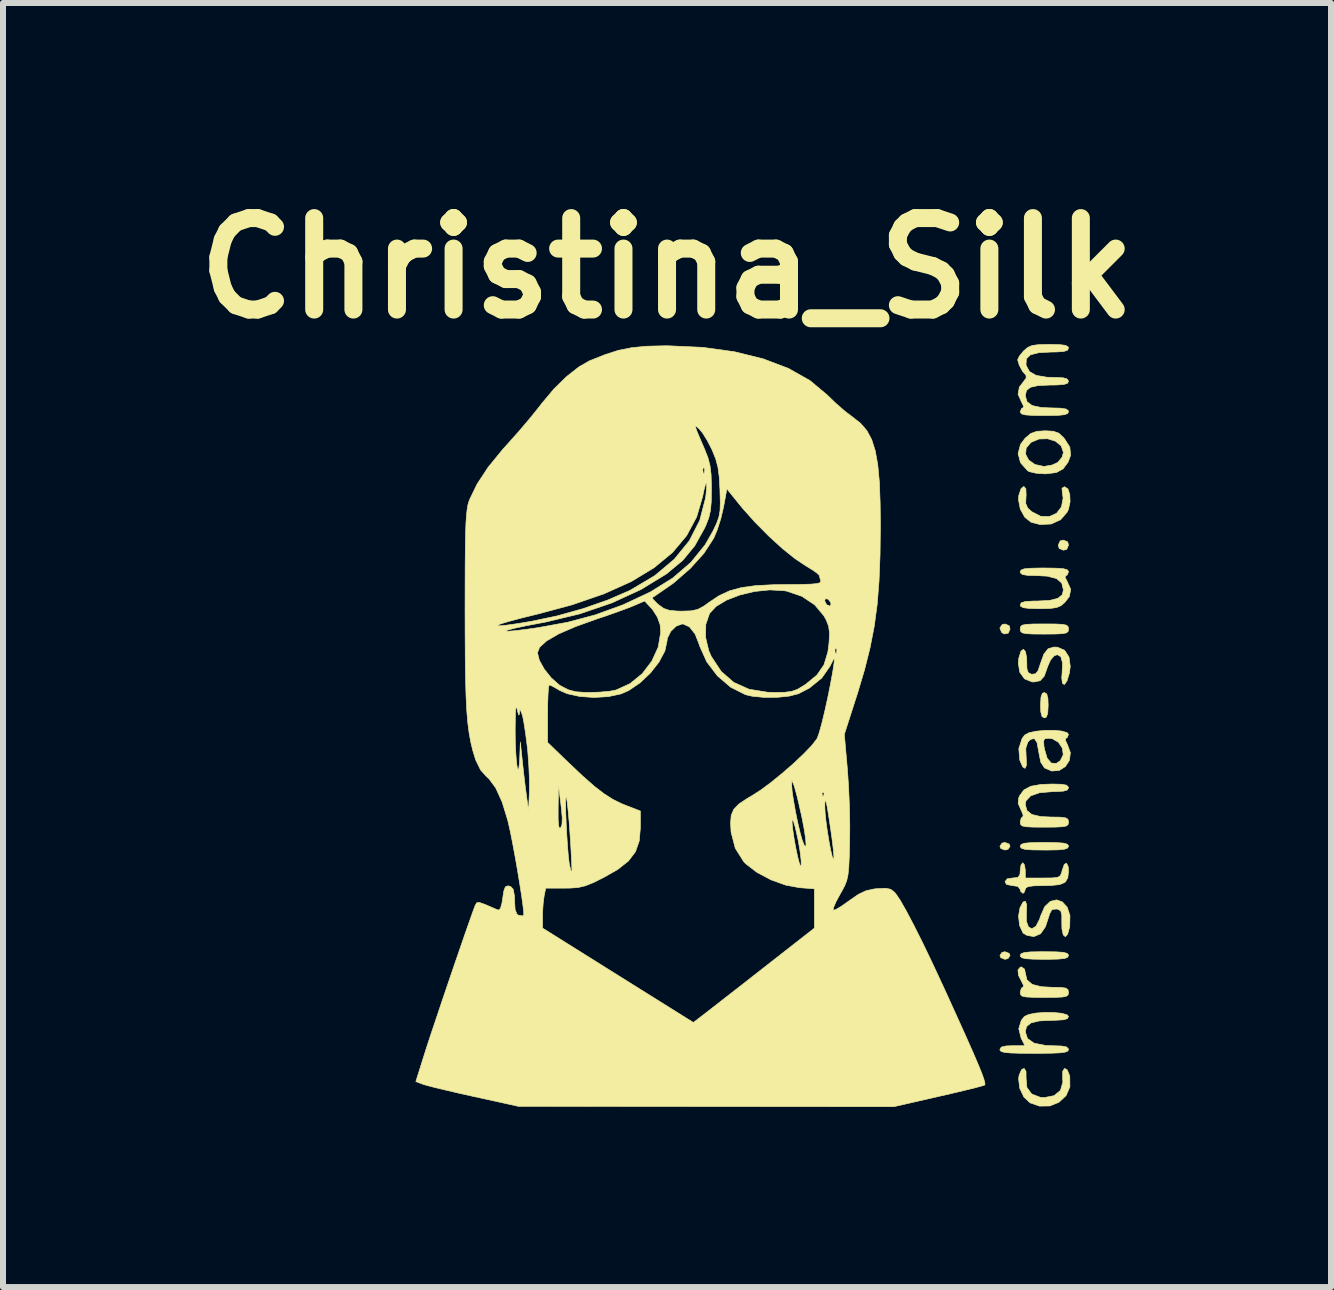
<source format=kicad_pcb>
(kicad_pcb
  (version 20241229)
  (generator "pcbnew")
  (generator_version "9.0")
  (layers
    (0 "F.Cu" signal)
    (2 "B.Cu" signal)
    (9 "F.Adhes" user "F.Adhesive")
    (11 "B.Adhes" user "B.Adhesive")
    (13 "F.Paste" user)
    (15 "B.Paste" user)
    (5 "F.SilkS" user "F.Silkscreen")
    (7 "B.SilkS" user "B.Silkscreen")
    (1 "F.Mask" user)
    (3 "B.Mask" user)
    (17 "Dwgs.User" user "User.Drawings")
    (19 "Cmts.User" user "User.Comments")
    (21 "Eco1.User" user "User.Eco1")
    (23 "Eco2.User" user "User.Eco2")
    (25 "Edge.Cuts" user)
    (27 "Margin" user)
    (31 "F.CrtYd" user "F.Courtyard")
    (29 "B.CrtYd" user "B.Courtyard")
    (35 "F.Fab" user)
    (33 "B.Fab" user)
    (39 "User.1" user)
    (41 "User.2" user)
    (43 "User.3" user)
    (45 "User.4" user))
  (footprint "Christina_Silk"
    (layer "F.Cu")
    (at 9.333 9.038)
    (property "Reference" "Christina_Silk" (at -1.27 -7.62 0) (layer "F.SilkS") (effects (font (size 1.524 1.524) (thickness 0.3))))
    (attr through_hole)
    (fp_poly (pts (xy 4.429 1.974) (xy 4.445 2.011) (xy 4.41 2.063) (xy 4.36 2.074) (xy 4.291 2.048) (xy 4.276 2.011) (xy 4.311 1.959) (xy 4.36 1.947) (xy 4.429 1.974)) (stroke (width 0.01) (type solid)) (fill yes) (layer "F.SilkS"))
    (fp_poly (pts (xy 4.429 3.794) (xy 4.445 3.831) (xy 4.41 3.883) (xy 4.36 3.895) (xy 4.291 3.868) (xy 4.276 3.831) (xy 4.311 3.779) (xy 4.36 3.768) (xy 4.429 3.794)) (stroke (width 0.01) (type solid)) (fill yes) (layer "F.SilkS"))
    (fp_poly (pts (xy 4.431 -1.663) (xy 4.445 -1.609) (xy 4.415 -1.539) (xy 4.347 -1.526) (xy 4.304 -1.552) (xy 4.275 -1.624) (xy 4.312 -1.681) (xy 4.36 -1.693) (xy 4.431 -1.663)) (stroke (width 0.01) (type solid)) (fill yes) (layer "F.SilkS"))
    (fp_poly (pts (xy 5.405 -3.06) (xy 5.419 -3.006) (xy 5.389 -2.935) (xy 5.334 -2.921) (xy 5.263 -2.951) (xy 5.249 -3.006) (xy 5.279 -3.076) (xy 5.334 -3.09) (xy 5.405 -3.06)) (stroke (width 0.01) (type solid)) (fill yes) (layer "F.SilkS"))
    (fp_poly (pts (xy 5.056 -0.528) (xy 5.076 -0.449) (xy 5.08 -0.339) (xy 5.073 -0.206) (xy 5.05 -0.141) (xy 5.016 -0.127) (xy 4.977 -0.15) (xy 4.957 -0.228) (xy 4.953 -0.339) (xy 4.96 -0.472) (xy 4.983 -0.537) (xy 5.016 -0.55) (xy 5.056 -0.528)) (stroke (width 0.01) (type solid)) (fill yes) (layer "F.SilkS"))
    (fp_poly (pts (xy 5.203 -1.692) (xy 5.321 -1.686) (xy 5.386 -1.672) (xy 5.413 -1.646) (xy 5.419 -1.609) (xy 5.413 -1.569) (xy 5.384 -1.544) (xy 5.317 -1.531) (xy 5.196 -1.525) (xy 5.016 -1.524) (xy 4.83 -1.525) (xy 4.712 -1.531) (xy 4.647 -1.545) (xy 4.62 -1.571) (xy 4.614 -1.609) (xy 4.62 -1.648) (xy 4.649 -1.673) (xy 4.716 -1.686) (xy 4.837 -1.692) (xy 5.016 -1.693) (xy 5.203 -1.692)) (stroke (width 0.01) (type solid)) (fill yes) (layer "F.SilkS"))
    (fp_poly (pts (xy 5.208 1.95) (xy 5.33 1.958) (xy 5.395 1.975) (xy 5.418 2.002) (xy 5.419 2.011) (xy 5.404 2.041) (xy 5.352 2.06) (xy 5.247 2.071) (xy 5.075 2.074) (xy 5.016 2.074) (xy 4.825 2.072) (xy 4.703 2.064) (xy 4.638 2.047) (xy 4.615 2.02) (xy 4.614 2.011) (xy 4.629 1.981) (xy 4.681 1.961) (xy 4.786 1.951) (xy 4.958 1.947) (xy 5.016 1.947) (xy 5.208 1.95)) (stroke (width 0.01) (type solid)) (fill yes) (layer "F.SilkS"))
    (fp_poly (pts (xy 5.208 3.77) (xy 5.33 3.778) (xy 5.395 3.795) (xy 5.418 3.822) (xy 5.419 3.831) (xy 5.404 3.861) (xy 5.352 3.881) (xy 5.247 3.891) (xy 5.075 3.895) (xy 5.016 3.895) (xy 4.825 3.892) (xy 4.703 3.884) (xy 4.638 3.867) (xy 4.615 3.84) (xy 4.614 3.831) (xy 4.629 3.801) (xy 4.681 3.782) (xy 4.786 3.771) (xy 4.958 3.768) (xy 5.016 3.768) (xy 5.208 3.77)) (stroke (width 0.01) (type solid)) (fill yes) (layer "F.SilkS"))
    (fp_poly (pts (xy 5.399 5.738) (xy 5.44 5.842) (xy 5.44 5.845) (xy 5.442 6.019) (xy 5.377 6.167) (xy 5.26 6.276) (xy 5.107 6.338) (xy 4.934 6.34) (xy 4.777 6.285) (xy 4.674 6.187) (xy 4.606 6.042) (xy 4.587 5.884) (xy 4.596 5.825) (xy 4.637 5.731) (xy 4.68 5.712) (xy 4.711 5.762) (xy 4.712 5.874) (xy 4.725 6.029) (xy 4.805 6.138) (xy 4.947 6.193) (xy 5.016 6.198) (xy 5.179 6.166) (xy 5.285 6.078) (xy 5.325 5.94) (xy 5.321 5.874) (xy 5.322 5.759) (xy 5.354 5.712) (xy 5.399 5.738)) (stroke (width 0.01) (type solid)) (fill yes) (layer "F.SilkS"))
    (fp_poly (pts (xy 4.687 4.058) (xy 4.699 4.121) (xy 4.726 4.236) (xy 4.813 4.312) (xy 4.966 4.351) (xy 5.136 4.36) (xy 5.288 4.363) (xy 5.373 4.374) (xy 5.41 4.4) (xy 5.419 4.445) (xy 5.419 4.445) (xy 5.413 4.484) (xy 5.384 4.509) (xy 5.317 4.523) (xy 5.196 4.529) (xy 5.016 4.53) (xy 4.83 4.528) (xy 4.712 4.522) (xy 4.647 4.508) (xy 4.62 4.483) (xy 4.614 4.445) (xy 4.633 4.376) (xy 4.659 4.36) (xy 4.671 4.332) (xy 4.638 4.266) (xy 4.584 4.159) (xy 4.577 4.07) (xy 4.617 4.024) (xy 4.636 4.022) (xy 4.687 4.058)) (stroke (width 0.01) (type solid)) (fill yes) (layer "F.SilkS"))
    (fp_poly (pts (xy 4.709 -3.944) (xy 4.713 -3.831) (xy 4.711 -3.817) (xy 4.706 -3.7) (xy 4.74 -3.623) (xy 4.806 -3.563) (xy 4.955 -3.487) (xy 5.099 -3.482) (xy 5.22 -3.537) (xy 5.302 -3.644) (xy 5.329 -3.79) (xy 5.317 -3.873) (xy 5.31 -3.955) (xy 5.352 -3.979) (xy 5.409 -3.943) (xy 5.44 -3.85) (xy 5.445 -3.729) (xy 5.418 -3.603) (xy 5.399 -3.559) (xy 5.288 -3.43) (xy 5.13 -3.358) (xy 4.945 -3.349) (xy 4.796 -3.387) (xy 4.69 -3.471) (xy 4.615 -3.607) (xy 4.585 -3.764) (xy 4.591 -3.836) (xy 4.629 -3.949) (xy 4.675 -3.984) (xy 4.709 -3.944)) (stroke (width 0.01) (type solid)) (fill yes) (layer "F.SilkS"))
    (fp_poly (pts (xy 4.686 2.323) (xy 4.699 2.411) (xy 4.699 2.413) (xy 4.699 2.54) (xy 4.992 2.54) (xy 5.146 2.539) (xy 5.236 2.529) (xy 5.281 2.503) (xy 5.304 2.452) (xy 5.313 2.413) (xy 5.349 2.312) (xy 5.387 2.293) (xy 5.414 2.354) (xy 5.419 2.426) (xy 5.407 2.538) (xy 5.363 2.61) (xy 5.272 2.65) (xy 5.119 2.665) (xy 5.008 2.667) (xy 4.843 2.67) (xy 4.747 2.683) (xy 4.705 2.708) (xy 4.699 2.731) (xy 4.676 2.787) (xy 4.657 2.794) (xy 4.619 2.76) (xy 4.614 2.731) (xy 4.576 2.68) (xy 4.487 2.667) (xy 4.387 2.648) (xy 4.36 2.603) (xy 4.398 2.553) (xy 4.487 2.54) (xy 4.577 2.53) (xy 4.61 2.48) (xy 4.614 2.413) (xy 4.627 2.324) (xy 4.656 2.286) (xy 4.657 2.286) (xy 4.686 2.323)) (stroke (width 0.01) (type solid)) (fill yes) (layer "F.SilkS"))
    (fp_poly (pts (xy 5.318 2.939) (xy 5.398 3.028) (xy 5.443 3.166) (xy 5.439 3.348) (xy 5.438 3.353) (xy 5.405 3.475) (xy 5.366 3.518) (xy 5.331 3.487) (xy 5.309 3.386) (xy 5.307 3.291) (xy 5.307 3.16) (xy 5.291 3.092) (xy 5.252 3.063) (xy 5.219 3.056) (xy 5.144 3.066) (xy 5.103 3.137) (xy 5.097 3.162) (xy 5.034 3.354) (xy 4.953 3.469) (xy 4.85 3.513) (xy 4.83 3.514) (xy 4.725 3.495) (xy 4.662 3.457) (xy 4.604 3.333) (xy 4.586 3.176) (xy 4.61 3.037) (xy 4.66 2.942) (xy 4.7 2.926) (xy 4.722 2.984) (xy 4.718 3.101) (xy 4.717 3.26) (xy 4.752 3.356) (xy 4.81 3.385) (xy 4.877 3.343) (xy 4.938 3.224) (xy 4.952 3.177) (xy 5.022 3.018) (xy 5.116 2.929) (xy 5.22 2.904) (xy 5.318 2.939)) (stroke (width 0.01) (type solid)) (fill yes) (layer "F.SilkS"))
    (fp_poly (pts (xy 5.168 -4.903) (xy 5.257 -4.871) (xy 5.335 -4.799) (xy 5.351 -4.78) (xy 5.441 -4.638) (xy 5.454 -4.503) (xy 5.412 -4.389) (xy 5.328 -4.276) (xy 5.215 -4.215) (xy 5.048 -4.194) (xy 5.016 -4.194) (xy 4.879 -4.204) (xy 4.77 -4.229) (xy 4.738 -4.245) (xy 4.619 -4.379) (xy 4.582 -4.52) (xy 4.704 -4.52) (xy 4.756 -4.423) (xy 4.858 -4.35) (xy 5.002 -4.318) (xy 5.016 -4.318) (xy 5.144 -4.34) (xy 5.24 -4.384) (xy 5.312 -4.471) (xy 5.334 -4.551) (xy 5.297 -4.659) (xy 5.202 -4.737) (xy 5.071 -4.778) (xy 4.927 -4.774) (xy 4.794 -4.718) (xy 4.793 -4.718) (xy 4.714 -4.624) (xy 4.704 -4.52) (xy 4.582 -4.52) (xy 4.579 -4.531) (xy 4.619 -4.685) (xy 4.696 -4.787) (xy 4.79 -4.866) (xy 4.891 -4.902) (xy 5.031 -4.911) (xy 5.168 -4.903)) (stroke (width 0.01) (type solid)) (fill yes) (layer "F.SilkS"))
    (fp_poly (pts (xy 5.236 -1.305) (xy 5.354 -1.254) (xy 5.427 -1.141) (xy 5.448 -0.983) (xy 5.434 -0.876) (xy 5.393 -0.743) (xy 5.351 -0.684) (xy 5.318 -0.701) (xy 5.306 -0.793) (xy 5.312 -0.874) (xy 5.319 -1.042) (xy 5.291 -1.147) (xy 5.233 -1.181) (xy 5.178 -1.161) (xy 5.118 -1.09) (xy 5.07 -0.98) (xy 5.067 -0.97) (xy 5.015 -0.823) (xy 4.946 -0.747) (xy 4.844 -0.726) (xy 4.809 -0.728) (xy 4.686 -0.778) (xy 4.607 -0.888) (xy 4.582 -1.043) (xy 4.591 -1.125) (xy 4.626 -1.238) (xy 4.667 -1.272) (xy 4.702 -1.233) (xy 4.722 -1.124) (xy 4.723 -1.069) (xy 4.726 -0.945) (xy 4.748 -0.882) (xy 4.796 -0.857) (xy 4.809 -0.855) (xy 4.869 -0.862) (xy 4.912 -0.915) (xy 4.952 -1.034) (xy 4.952 -1.034) (xy 5.009 -1.192) (xy 5.079 -1.279) (xy 5.175 -1.308) (xy 5.236 -1.305)) (stroke (width 0.01) (type solid)) (fill yes) (layer "F.SilkS"))
    (fp_poly (pts (xy 5.208 -2.622) (xy 5.33 -2.614) (xy 5.395 -2.597) (xy 5.418 -2.57) (xy 5.419 -2.561) (xy 5.395 -2.505) (xy 5.374 -2.498) (xy 5.362 -2.469) (xy 5.395 -2.404) (xy 5.455 -2.272) (xy 5.434 -2.151) (xy 5.357 -2.051) (xy 5.293 -1.997) (xy 5.22 -1.966) (xy 5.114 -1.951) (xy 4.949 -1.947) (xy 4.934 -1.947) (xy 4.766 -1.951) (xy 4.667 -1.963) (xy 4.622 -1.986) (xy 4.614 -2.011) (xy 4.633 -2.046) (xy 4.698 -2.066) (xy 4.826 -2.074) (xy 4.892 -2.074) (xy 5.103 -2.085) (xy 5.241 -2.119) (xy 5.315 -2.18) (xy 5.334 -2.26) (xy 5.306 -2.374) (xy 5.219 -2.449) (xy 5.064 -2.489) (xy 4.897 -2.498) (xy 4.74 -2.502) (xy 4.652 -2.516) (xy 4.617 -2.545) (xy 4.614 -2.561) (xy 4.629 -2.591) (xy 4.681 -2.611) (xy 4.786 -2.621) (xy 4.958 -2.625) (xy 5.016 -2.625) (xy 5.208 -2.622)) (stroke (width 0.01) (type solid)) (fill yes) (layer "F.SilkS"))
    (fp_poly (pts (xy 5.176 4.781) (xy 5.307 4.794) (xy 5.395 4.819) (xy 5.419 4.847) (xy 5.4 4.883) (xy 5.335 4.902) (xy 5.207 4.91) (xy 5.141 4.911) (xy 4.931 4.921) (xy 4.794 4.954) (xy 4.72 5.015) (xy 4.699 5.1) (xy 4.735 5.215) (xy 4.845 5.291) (xy 5.03 5.329) (xy 5.153 5.334) (xy 5.304 5.339) (xy 5.387 5.355) (xy 5.417 5.386) (xy 5.419 5.397) (xy 5.407 5.424) (xy 5.362 5.441) (xy 5.273 5.453) (xy 5.127 5.459) (xy 4.912 5.461) (xy 4.847 5.461) (xy 4.613 5.46) (xy 4.451 5.455) (xy 4.349 5.445) (xy 4.295 5.429) (xy 4.276 5.405) (xy 4.276 5.397) (xy 4.299 5.357) (xy 4.378 5.338) (xy 4.484 5.334) (xy 4.693 5.334) (xy 4.629 5.207) (xy 4.59 5.051) (xy 4.633 4.91) (xy 4.684 4.847) (xy 4.756 4.813) (xy 4.878 4.79) (xy 5.025 4.779) (xy 5.176 4.781)) (stroke (width 0.01) (type solid)) (fill yes) (layer "F.SilkS"))
    (fp_poly (pts (xy 5.3 0.978) (xy 5.385 0.993) (xy 5.417 1.024) (xy 5.419 1.037) (xy 5.4 1.073) (xy 5.333 1.093) (xy 5.201 1.1) (xy 5.153 1.101) (xy 4.937 1.119) (xy 4.787 1.172) (xy 4.709 1.256) (xy 4.699 1.312) (xy 4.724 1.414) (xy 4.806 1.481) (xy 4.954 1.516) (xy 5.125 1.524) (xy 5.28 1.526) (xy 5.368 1.537) (xy 5.409 1.561) (xy 5.419 1.603) (xy 5.419 1.609) (xy 5.413 1.648) (xy 5.384 1.673) (xy 5.317 1.686) (xy 5.196 1.692) (xy 5.016 1.693) (xy 4.83 1.692) (xy 4.712 1.686) (xy 4.647 1.672) (xy 4.62 1.646) (xy 4.614 1.609) (xy 4.631 1.54) (xy 4.655 1.524) (xy 4.664 1.493) (xy 4.633 1.416) (xy 4.625 1.401) (xy 4.58 1.298) (xy 4.588 1.209) (xy 4.605 1.168) (xy 4.675 1.073) (xy 4.789 1.012) (xy 4.961 0.981) (xy 5.146 0.974) (xy 5.3 0.978)) (stroke (width 0.01) (type solid)) (fill yes) (layer "F.SilkS"))
    (fp_poly (pts (xy 5.308 0.092) (xy 5.395 0.118) (xy 5.419 0.148) (xy 5.395 0.204) (xy 5.375 0.212) (xy 5.365 0.241) (xy 5.398 0.313) (xy 5.4 0.316) (xy 5.45 0.451) (xy 5.434 0.579) (xy 5.367 0.683) (xy 5.264 0.748) (xy 5.14 0.758) (xy 5.019 0.706) (xy 4.957 0.611) (xy 4.922 0.438) (xy 4.921 0.43) (xy 4.894 0.282) (xy 4.874 0.252) (xy 5.004 0.252) (xy 5.009 0.336) (xy 5.018 0.392) (xy 5.063 0.544) (xy 5.131 0.625) (xy 5.215 0.631) (xy 5.283 0.584) (xy 5.331 0.486) (xy 5.316 0.376) (xy 5.25 0.278) (xy 5.148 0.219) (xy 5.091 0.212) (xy 5.028 0.218) (xy 5.004 0.252) (xy 4.874 0.252) (xy 4.849 0.216) (xy 4.786 0.231) (xy 4.741 0.276) (xy 4.707 0.379) (xy 4.714 0.533) (xy 4.719 0.659) (xy 4.695 0.713) (xy 4.656 0.689) (xy 4.611 0.586) (xy 4.606 0.569) (xy 4.591 0.384) (xy 4.645 0.218) (xy 4.688 0.159) (xy 4.76 0.12) (xy 4.881 0.094) (xy 5.028 0.08) (xy 5.178 0.079) (xy 5.308 0.092)) (stroke (width 0.01) (type solid)) (fill yes) (layer "F.SilkS"))
    (fp_poly (pts (xy 5.267 -6.347) (xy 5.366 -6.335) (xy 5.411 -6.311) (xy 5.419 -6.287) (xy 5.401 -6.252) (xy 5.337 -6.232) (xy 5.212 -6.224) (xy 5.13 -6.223) (xy 4.92 -6.212) (xy 4.785 -6.176) (xy 4.717 -6.112) (xy 4.711 -6.015) (xy 4.715 -5.995) (xy 4.769 -5.897) (xy 4.879 -5.834) (xy 5.054 -5.804) (xy 5.189 -5.8) (xy 5.328 -5.794) (xy 5.399 -5.773) (xy 5.419 -5.736) (xy 5.402 -5.702) (xy 5.341 -5.683) (xy 5.22 -5.674) (xy 5.11 -5.673) (xy 4.912 -5.664) (xy 4.786 -5.636) (xy 4.719 -5.583) (xy 4.699 -5.499) (xy 4.699 -5.498) (xy 4.726 -5.397) (xy 4.812 -5.332) (xy 4.964 -5.299) (xy 5.125 -5.292) (xy 5.285 -5.288) (xy 5.377 -5.274) (xy 5.415 -5.247) (xy 5.419 -5.228) (xy 5.404 -5.198) (xy 5.352 -5.179) (xy 5.247 -5.168) (xy 5.075 -5.165) (xy 5.016 -5.165) (xy 4.825 -5.167) (xy 4.703 -5.175) (xy 4.638 -5.192) (xy 4.615 -5.219) (xy 4.614 -5.228) (xy 4.638 -5.284) (xy 4.659 -5.292) (xy 4.671 -5.32) (xy 4.638 -5.386) (xy 4.578 -5.519) (xy 4.6 -5.64) (xy 4.662 -5.72) (xy 4.714 -5.791) (xy 4.71 -5.836) (xy 4.71 -5.836) (xy 4.653 -5.902) (xy 4.599 -6.002) (xy 4.572 -6.09) (xy 4.572 -6.095) (xy 4.6 -6.155) (xy 4.667 -6.237) (xy 4.676 -6.246) (xy 4.74 -6.3) (xy 4.813 -6.332) (xy 4.919 -6.346) (xy 5.084 -6.35) (xy 5.099 -6.35) (xy 5.267 -6.347)) (stroke (width 0.01) (type solid)) (fill yes) (layer "F.SilkS"))
    (fp_poly (pts (xy -1.249 -6.327) (xy -0.676 -6.301) (xy -0.147 -6.228) (xy 0.331 -6.11) (xy 0.753 -5.95) (xy 1.111 -5.748) (xy 1.397 -5.509) (xy 1.541 -5.37) (xy 1.696 -5.235) (xy 1.828 -5.135) (xy 1.828 -5.135) (xy 1.957 -5.033) (xy 2.06 -4.913) (xy 2.14 -4.764) (xy 2.199 -4.578) (xy 2.241 -4.345) (xy 2.268 -4.054) (xy 2.281 -3.697) (xy 2.285 -3.344) (xy 2.279 -2.842) (xy 2.262 -2.405) (xy 2.231 -2.015) (xy 2.182 -1.652) (xy 2.113 -1.298) (xy 2.022 -0.934) (xy 1.905 -0.541) (xy 1.874 -0.446) (xy 1.684 0.146) (xy 1.736 0.74) (xy 1.755 1.025) (xy 1.769 1.352) (xy 1.775 1.68) (xy 1.772 1.947) (xy 1.766 2.188) (xy 1.758 2.362) (xy 1.745 2.487) (xy 1.724 2.582) (xy 1.692 2.665) (xy 1.645 2.754) (xy 1.615 2.807) (xy 1.546 2.934) (xy 1.504 3.032) (xy 1.497 3.078) (xy 1.54 3.066) (xy 1.631 3.013) (xy 1.75 2.929) (xy 1.764 2.919) (xy 1.917 2.813) (xy 2.043 2.753) (xy 2.175 2.723) (xy 2.231 2.717) (xy 2.369 2.711) (xy 2.454 2.727) (xy 2.516 2.773) (xy 2.539 2.799) (xy 2.612 2.906) (xy 2.715 3.086) (xy 2.844 3.331) (xy 2.997 3.636) (xy 3.169 3.996) (xy 3.358 4.403) (xy 3.387 4.466) (xy 3.565 4.858) (xy 3.71 5.179) (xy 3.824 5.436) (xy 3.91 5.636) (xy 3.971 5.785) (xy 4.008 5.888) (xy 4.026 5.953) (xy 4.026 5.985) (xy 4.021 5.99) (xy 3.97 6.006) (xy 3.851 6.038) (xy 3.676 6.081) (xy 3.461 6.132) (xy 3.246 6.181) (xy 2.507 6.35) (xy -0.62 6.347) (xy -3.747 6.344) (xy -4.487 6.181) (xy -4.735 6.126) (xy -4.96 6.073) (xy -5.148 6.028) (xy -5.282 5.993) (xy -5.341 5.975) (xy -5.455 5.931) (xy -5.307 5.46) (xy -5.261 5.316) (xy -5.195 5.116) (xy -5.113 4.873) (xy -5.022 4.6) (xy -4.924 4.312) (xy -4.825 4.021) (xy -4.729 3.742) (xy -4.641 3.487) (xy -4.565 3.27) (xy -4.531 3.174) (xy -3.344 3.174) (xy -3.344 3.374) (xy -2.088 4.161) (xy -0.831 4.947) (xy -0.68 4.831) (xy -0.605 4.773) (xy -0.475 4.672) (xy -0.3 4.535) (xy -0.091 4.373) (xy 0.14 4.192) (xy 0.328 4.045) (xy 1.185 3.375) (xy 1.185 2.72) (xy 0.936 2.701) (xy 0.704 2.658) (xy 0.457 2.568) (xy 0.228 2.446) (xy 0.044 2.305) (xy 0.006 2.265) (xy -0.133 2.044) (xy -0.203 1.776) (xy -0.211 1.627) (xy -0.21 1.61) (xy 0.813 1.61) (xy 0.823 1.72) (xy 0.848 1.89) (xy 0.872 2.024) (xy 0.906 2.186) (xy 0.935 2.296) (xy 0.956 2.344) (xy 0.965 2.332) (xy 0.964 2.244) (xy 0.947 2.1) (xy 0.918 1.927) (xy 0.906 1.869) (xy 0.865 1.69) (xy 0.835 1.59) (xy 0.817 1.565) (xy 0.813 1.61) (xy -0.21 1.61) (xy -0.201 1.497) (xy -0.159 1.396) (xy -0.073 1.307) (xy 0.073 1.21) (xy 0.138 1.173) (xy 0.288 1.077) (xy 0.39 1.002) (xy 0.807 1.002) (xy 0.815 1.1) (xy 0.838 1.254) (xy 0.871 1.439) (xy 0.91 1.628) (xy 0.95 1.796) (xy 0.98 1.903) (xy 1.018 2) (xy 1.04 2.021) (xy 1.046 1.976) (xy 1.037 1.871) (xy 1.013 1.715) (xy 0.975 1.519) (xy 0.933 1.333) (xy 1.358 1.333) (xy 1.363 1.444) (xy 1.378 1.593) (xy 1.401 1.76) (xy 1.428 1.926) (xy 1.456 2.073) (xy 1.482 2.181) (xy 1.503 2.231) (xy 1.508 2.231) (xy 1.51 2.184) (xy 1.501 2.071) (xy 1.482 1.911) (xy 1.46 1.752) (xy 1.424 1.511) (xy 1.398 1.35) (xy 1.379 1.263) (xy 1.366 1.246) (xy 1.36 1.293) (xy 1.358 1.333) (xy 0.933 1.333) (xy 0.933 1.33) (xy 0.893 1.164) (xy 0.887 1.143) (xy 1.312 1.143) (xy 1.328 1.178) (xy 1.341 1.171) (xy 1.346 1.121) (xy 1.341 1.115) (xy 1.315 1.121) (xy 1.312 1.143) (xy 0.887 1.143) (xy 0.86 1.044) (xy 0.847 1.002) (xy 0.81 0.91) (xy 0.807 1.002) (xy 0.39 1.002) (xy 0.465 0.946) (xy 0.654 0.792) (xy 0.84 0.63) (xy 1.007 0.472) (xy 1.14 0.334) (xy 1.223 0.227) (xy 1.236 0.204) (xy 1.268 0.111) (xy 1.311 -0.045) (xy 1.359 -0.244) (xy 1.408 -0.466) (xy 1.453 -0.69) (xy 1.491 -0.897) (xy 1.512 -1.037) (xy 1.519 -1.107) (xy 1.508 -1.111) (xy 1.473 -1.045) (xy 1.446 -0.99) (xy 1.309 -0.793) (xy 1.104 -0.626) (xy 0.92 -0.53) (xy 0.768 -0.491) (xy 0.567 -0.47) (xy 0.35 -0.469) (xy 0.152 -0.488) (xy 0.038 -0.514) (xy -0.21 -0.639) (xy -0.431 -0.828) (xy -0.609 -1.063) (xy -0.725 -1.322) (xy -0.732 -1.346) (xy -0.78 -1.47) (xy -0.628 -1.47) (xy -0.574 -1.245) (xy -0.533 -1.152) (xy -0.367 -0.901) (xy -0.159 -0.72) (xy 0.096 -0.605) (xy 0.405 -0.555) (xy 0.514 -0.551) (xy 0.687 -0.554) (xy 0.807 -0.569) (xy 0.906 -0.605) (xy 1.014 -0.67) (xy 1.041 -0.688) (xy 1.226 -0.84) (xy 1.345 -1.012) (xy 1.41 -1.227) (xy 1.413 -1.252) (xy 1.527 -1.252) (xy 1.535 -1.197) (xy 1.55 -1.197) (xy 1.56 -1.253) (xy 1.553 -1.278) (xy 1.534 -1.294) (xy 1.527 -1.252) (xy 1.413 -1.252) (xy 1.429 -1.375) (xy 1.437 -1.537) (xy 1.423 -1.653) (xy 1.382 -1.758) (xy 1.343 -1.829) (xy 1.189 -2.012) (xy 1.085 -2.081) (xy 1.355 -2.081) (xy 1.388 -2.014) (xy 1.445 -1.99) (xy 1.462 -2.021) (xy 1.455 -2.053) (xy 1.414 -2.106) (xy 1.37 -2.114) (xy 1.355 -2.081) (xy 1.085 -2.081) (xy 0.977 -2.153) (xy 0.726 -2.239) (xy 0.678 -2.247) (xy 0.441 -2.26) (xy 0.189 -2.234) (xy -0.057 -2.175) (xy -0.278 -2.09) (xy -0.453 -1.985) (xy -0.561 -1.869) (xy -0.624 -1.686) (xy -0.628 -1.47) (xy -0.78 -1.47) (xy -0.802 -1.524) (xy -0.896 -1.644) (xy -1.004 -1.693) (xy -1.016 -1.693) (xy -1.116 -1.657) (xy -1.208 -1.568) (xy -1.264 -1.456) (xy -1.27 -1.408) (xy -1.306 -1.242) (xy -1.404 -1.058) (xy -1.547 -0.875) (xy -1.721 -0.711) (xy -1.91 -0.583) (xy -2.038 -0.527) (xy -2.249 -0.482) (xy -2.488 -0.468) (xy -2.726 -0.485) (xy -2.934 -0.531) (xy -3.057 -0.585) (xy -3.156 -0.643) (xy -3.223 -0.675) (xy -3.233 -0.677) (xy -3.244 -0.638) (xy -3.252 -0.53) (xy -3.258 -0.372) (xy -3.26 -0.198) (xy -3.26 0.281) (xy -2.91 0.619) (xy -2.676 0.84) (xy -2.484 1.009) (xy -2.321 1.135) (xy -2.172 1.23) (xy -2.023 1.303) (xy -1.958 1.329) (xy -1.714 1.424) (xy -1.714 1.703) (xy -1.733 1.923) (xy -1.796 2.103) (xy -1.913 2.257) (xy -2.093 2.399) (xy -2.322 2.529) (xy -2.498 2.617) (xy -2.631 2.67) (xy -2.749 2.698) (xy -2.884 2.708) (xy -2.982 2.709) (xy -3.291 2.709) (xy -3.318 2.842) (xy -3.334 2.968) (xy -3.344 3.125) (xy -3.344 3.174) (xy -4.531 3.174) (xy -4.506 3.104) (xy -4.469 3.004) (xy -4.466 2.996) (xy -4.44 2.952) (xy -4.396 2.947) (xy -4.307 2.979) (xy -4.282 2.989) (xy -4.171 3.037) (xy -4.091 3.071) (xy -4.08 3.075) (xy -4.046 3.05) (xy -4.019 2.953) (xy -4.011 2.9) (xy -3.99 2.759) (xy -3.963 2.687) (xy -3.919 2.67) (xy -3.875 2.682) (xy -3.832 2.729) (xy -3.812 2.838) (xy -3.81 2.921) (xy -3.801 3.066) (xy -3.77 3.143) (xy -3.745 3.16) (xy -3.677 3.171) (xy -3.658 3.164) (xy -3.657 3.117) (xy -3.67 3.002) (xy -3.693 2.835) (xy -3.725 2.631) (xy -3.762 2.407) (xy -3.802 2.178) (xy -3.843 1.959) (xy -3.881 1.766) (xy -3.915 1.615) (xy -3.922 1.587) (xy -3.93 1.559) (xy -3.084 1.559) (xy -3.077 1.669) (xy -3.061 1.711) (xy -3.043 1.705) (xy -3.02 1.648) (xy -3.016 1.536) (xy -3.033 1.355) (xy -3.037 1.326) (xy -3.038 1.312) (xy -2.96 1.312) (xy -2.957 1.457) (xy -2.95 1.632) (xy -2.94 1.821) (xy -2.928 2.005) (xy -2.915 2.166) (xy -2.901 2.286) (xy -2.895 2.32) (xy -2.874 2.41) (xy -2.858 2.447) (xy -2.856 2.446) (xy -2.855 2.402) (xy -2.859 2.289) (xy -2.867 2.121) (xy -2.879 1.915) (xy -2.885 1.822) (xy -2.901 1.603) (xy -2.918 1.415) (xy -2.933 1.275) (xy -2.946 1.197) (xy -2.95 1.187) (xy -2.958 1.216) (xy -2.96 1.312) (xy -3.038 1.312) (xy -3.078 0.995) (xy -3.084 1.374) (xy -3.084 1.559) (xy -3.93 1.559) (xy -4.017 1.275) (xy -4.124 1.039) (xy -4.239 0.884) (xy -4.274 0.854) (xy -4.376 0.741) (xy -4.455 0.579) (xy -4.461 0.563) (xy -4.504 0.423) (xy -4.539 0.28) (xy -4.567 0.126) (xy -4.575 0.064) (xy -3.8 0.064) (xy -3.798 0.269) (xy -3.79 0.448) (xy -3.78 0.59) (xy -3.767 0.688) (xy -3.753 0.733) (xy -3.74 0.716) (xy -3.729 0.629) (xy -3.724 0.529) (xy -3.714 0.275) (xy -3.678 0.614) (xy -3.656 0.814) (xy -3.632 1.018) (xy -3.61 1.181) (xy -3.61 1.185) (xy -3.577 1.418) (xy -3.563 1.101) (xy -3.562 0.914) (xy -3.572 0.682) (xy -3.589 0.443) (xy -3.6 0.339) (xy -3.625 0.145) (xy -3.65 -0.023) (xy -3.673 -0.145) (xy -3.686 -0.191) (xy -3.72 -0.275) (xy -3.729 -0.191) (xy -3.74 -0.174) (xy -3.758 -0.229) (xy -3.768 -0.275) (xy -3.781 -0.318) (xy -3.791 -0.275) (xy -3.797 -0.149) (xy -3.8 0.062) (xy -3.8 0.064) (xy -4.575 0.064) (xy -4.59 -0.05) (xy -4.607 -0.256) (xy -4.619 -0.503) (xy -4.627 -0.799) (xy -4.632 -1.155) (xy -4.632 -1.213) (xy -3.429 -1.213) (xy -3.397 -1.087) (xy -3.314 -0.938) (xy -3.198 -0.793) (xy -3.067 -0.678) (xy -3.037 -0.659) (xy -2.915 -0.596) (xy -2.789 -0.563) (xy -2.626 -0.551) (xy -2.561 -0.551) (xy -2.386 -0.557) (xy -2.224 -0.572) (xy -2.12 -0.592) (xy -1.887 -0.698) (xy -1.684 -0.863) (xy -1.524 -1.072) (xy -1.417 -1.306) (xy -1.376 -1.55) (xy -1.385 -1.679) (xy -1.431 -1.807) (xy -1.512 -1.934) (xy -1.526 -1.949) (xy -1.643 -2.075) (xy -1.827 -1.996) (xy -1.947 -1.949) (xy -2.121 -1.885) (xy -2.319 -1.816) (xy -2.434 -1.778) (xy -2.796 -1.648) (xy -3.077 -1.526) (xy -3.277 -1.41) (xy -3.394 -1.303) (xy -3.429 -1.213) (xy -4.632 -1.213) (xy -4.634 -1.575) (xy -3.959 -1.575) (xy -3.916 -1.571) (xy -3.792 -1.581) (xy -3.586 -1.607) (xy -3.418 -1.631) (xy -2.921 -1.722) (xy -2.469 -1.843) (xy -2.023 -2.004) (xy -1.994 -2.016) (xy -1.75 -2.13) (xy -1.518 -2.13) (xy -1.5 -2.1) (xy -1.436 -2.035) (xy -1.412 -2.014) (xy -1.327 -1.952) (xy -1.23 -1.919) (xy -1.092 -1.907) (xy -1.027 -1.906) (xy -0.87 -1.911) (xy -0.759 -1.935) (xy -0.656 -1.99) (xy -0.569 -2.053) (xy -0.404 -2.163) (xy -0.23 -2.244) (xy -0.029 -2.299) (xy 0.213 -2.332) (xy 0.514 -2.347) (xy 0.71 -2.349) (xy 0.953 -2.351) (xy 1.122 -2.356) (xy 1.228 -2.365) (xy 1.281 -2.381) (xy 1.293 -2.403) (xy 1.292 -2.406) (xy 1.271 -2.481) (xy 1.27 -2.497) (xy 1.236 -2.534) (xy 1.147 -2.597) (xy 1.037 -2.664) (xy 0.859 -2.783) (xy 0.648 -2.953) (xy 0.422 -3.16) (xy 0.197 -3.387) (xy -0.009 -3.617) (xy -0.053 -3.671) (xy -0.273 -3.943) (xy -0.329 -3.638) (xy -0.374 -3.447) (xy -0.436 -3.254) (xy -0.493 -3.12) (xy -0.655 -2.87) (xy -0.885 -2.615) (xy -1.168 -2.369) (xy -1.49 -2.147) (xy -1.518 -2.13) (xy -1.75 -2.13) (xy -1.545 -2.227) (xy -1.173 -2.459) (xy -0.872 -2.719) (xy -0.635 -3.011) (xy -0.505 -3.239) (xy -0.444 -3.368) (xy -0.406 -3.473) (xy -0.387 -3.58) (xy -0.383 -3.716) (xy -0.388 -3.907) (xy -0.388 -3.923) (xy -0.4 -4.141) (xy -0.422 -4.304) (xy -0.459 -4.443) (xy -0.517 -4.587) (xy -0.524 -4.602) (xy -0.599 -4.748) (xy -0.676 -4.872) (xy -0.732 -4.94) (xy -0.773 -4.976) (xy -0.795 -4.989) (xy -0.795 -4.969) (xy -0.771 -4.903) (xy -0.72 -4.78) (xy -0.648 -4.614) (xy -0.589 -4.465) (xy -0.554 -4.332) (xy -0.536 -4.184) (xy -0.53 -3.99) (xy -0.53 -3.937) (xy -0.533 -3.733) (xy -0.546 -3.584) (xy -0.574 -3.462) (xy -0.622 -3.337) (xy -0.645 -3.288) (xy -0.809 -2.993) (xy -1.008 -2.752) (xy -1.266 -2.537) (xy -1.285 -2.523) (xy -1.705 -2.266) (xy -2.19 -2.043) (xy -2.724 -1.861) (xy -3.29 -1.725) (xy -3.344 -1.715) (xy -3.614 -1.663) (xy -3.807 -1.622) (xy -3.922 -1.592) (xy -3.959 -1.575) (xy -4.634 -1.575) (xy -4.634 -1.579) (xy -4.634 -1.668) (xy -4.098 -1.668) (xy -4.068 -1.661) (xy -3.956 -1.671) (xy -3.762 -1.698) (xy -3.533 -1.736) (xy -3.104 -1.826) (xy -2.668 -1.948) (xy -2.256 -2.092) (xy -1.896 -2.248) (xy -1.875 -2.259) (xy -1.475 -2.497) (xy -1.149 -2.771) (xy -0.899 -3.078) (xy -0.725 -3.418) (xy -0.629 -3.788) (xy -0.621 -3.847) (xy -0.609 -3.988) (xy -0.612 -4.047) (xy -0.627 -4.025) (xy -0.654 -3.925) (xy -0.677 -3.814) (xy -0.777 -3.474) (xy -0.943 -3.164) (xy -1.179 -2.883) (xy -1.486 -2.629) (xy -1.866 -2.399) (xy -2.322 -2.194) (xy -2.857 -2.01) (xy -3.412 -1.861) (xy -3.704 -1.789) (xy -3.916 -1.732) (xy -4.047 -1.692) (xy -4.098 -1.668) (xy -4.634 -1.668) (xy -4.635 -1.926) (xy -4.634 -2.35) (xy -4.633 -2.698) (xy -4.63 -2.979) (xy -4.626 -3.201) (xy -4.62 -3.374) (xy -4.611 -3.505) (xy -4.6 -3.604) (xy -4.587 -3.679) (xy -4.569 -3.739) (xy -4.559 -3.766) (xy -4.433 -4.026) (xy -4.28 -4.258) (xy -0.674 -4.258) (xy -0.666 -4.203) (xy -0.652 -4.202) (xy -0.642 -4.259) (xy -0.648 -4.284) (xy -0.667 -4.3) (xy -0.674 -4.258) (xy -4.28 -4.258) (xy -4.253 -4.3) (xy -4.009 -4.599) (xy -3.9 -4.72) (xy -3.737 -4.903) (xy -3.564 -5.107) (xy -3.41 -5.297) (xy -3.353 -5.371) (xy -3.156 -5.606) (xy -2.944 -5.814) (xy -2.735 -5.978) (xy -2.561 -6.077) (xy -2.303 -6.18) (xy -2.078 -6.252) (xy -1.856 -6.296) (xy -1.61 -6.32) (xy -1.314 -6.327) (xy -1.249 -6.327)) (stroke (width 0.01) (type solid)) (fill yes) (layer "F.SilkS")))
  (gr_rect
    (start -3 -3)
    (end 19.125 18.393)
    (stroke (width 0.1) (type default))
    (fill no)
    (layer "Edge.Cuts")))
</source>
